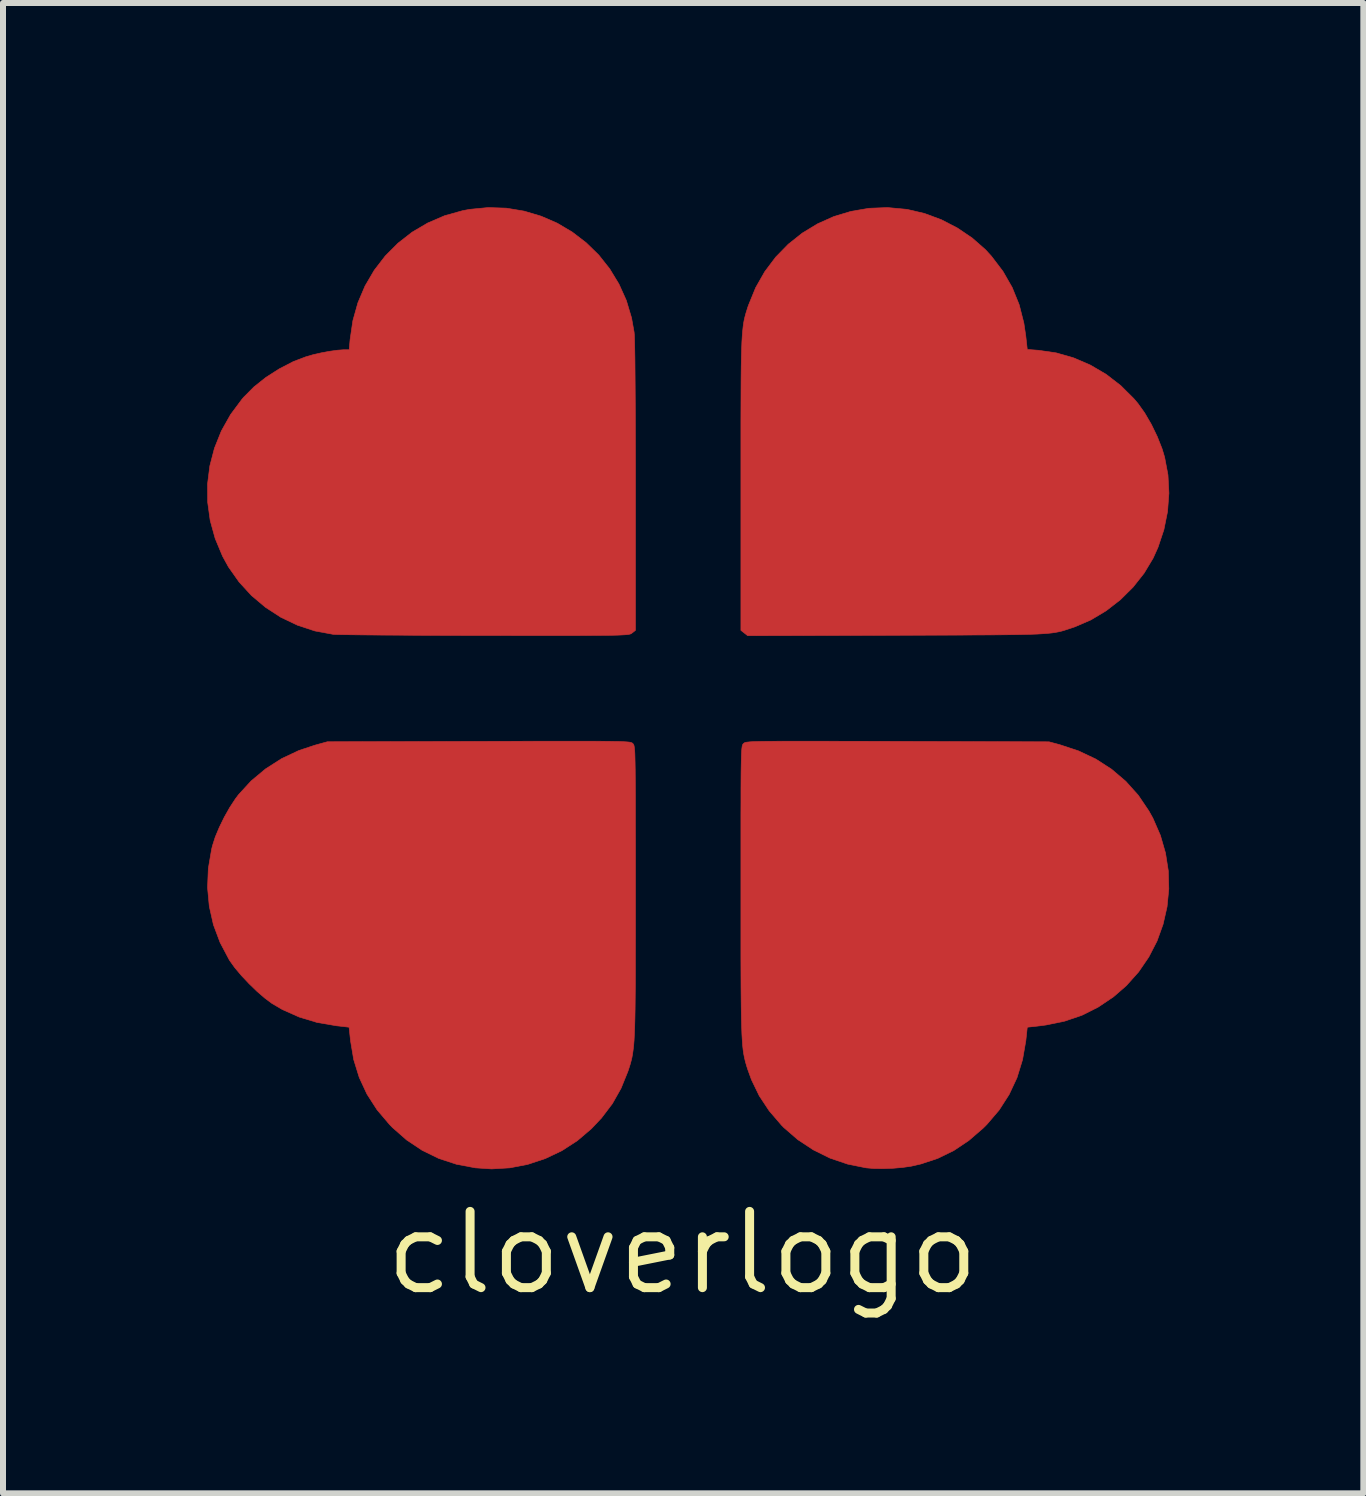
<source format=kicad_pcb>
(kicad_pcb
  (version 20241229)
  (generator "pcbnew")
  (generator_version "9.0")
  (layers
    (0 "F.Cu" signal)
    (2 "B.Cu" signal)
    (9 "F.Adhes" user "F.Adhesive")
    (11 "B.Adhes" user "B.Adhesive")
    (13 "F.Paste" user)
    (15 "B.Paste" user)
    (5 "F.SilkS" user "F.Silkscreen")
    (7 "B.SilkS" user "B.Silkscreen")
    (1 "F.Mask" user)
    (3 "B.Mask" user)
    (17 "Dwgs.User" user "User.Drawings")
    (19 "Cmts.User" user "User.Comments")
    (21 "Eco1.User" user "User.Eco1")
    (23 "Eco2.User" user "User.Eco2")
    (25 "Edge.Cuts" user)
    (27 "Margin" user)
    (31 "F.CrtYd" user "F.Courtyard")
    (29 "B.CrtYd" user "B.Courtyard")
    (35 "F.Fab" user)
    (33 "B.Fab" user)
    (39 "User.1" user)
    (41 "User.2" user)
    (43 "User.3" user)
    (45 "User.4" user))
  (footprint "cloverlogo"
    (layer "F.Cu")
    (at 8.32 8.323)
    (property "Reference" "cloverlogo" (at 0 9.5 0) (layer "F.SilkS") (effects (font (size 1.27 1.27) (thickness 0.15))))
    (attr through_hole)
    (fp_poly (pts (xy 3.73 -7.886) (xy 3.745 -7.884) (xy 4.032 -7.817) (xy 4.313 -7.713) (xy 4.58 -7.575) (xy 4.827 -7.408) (xy 5.048 -7.214) (xy 5.147 -7.106) (xy 5.34 -6.852) (xy 5.494 -6.583) (xy 5.61 -6.297) (xy 5.688 -5.992) (xy 5.72 -5.776) (xy 5.745 -5.551) (xy 5.931 -5.537) (xy 6.227 -5.494) (xy 6.517 -5.411) (xy 6.796 -5.291) (xy 7.06 -5.136) (xy 7.302 -4.949) (xy 7.52 -4.732) (xy 7.588 -4.652) (xy 7.702 -4.492) (xy 7.812 -4.303) (xy 7.91 -4.101) (xy 7.99 -3.899) (xy 8.033 -3.757) (xy 8.089 -3.461) (xy 8.105 -3.157) (xy 8.082 -2.85) (xy 8.021 -2.547) (xy 7.923 -2.254) (xy 7.842 -2.074) (xy 7.692 -1.824) (xy 7.508 -1.591) (xy 7.296 -1.381) (xy 7.059 -1.197) (xy 6.805 -1.045) (xy 6.539 -0.93) (xy 6.51 -0.92) (xy 6.456 -0.902) (xy 6.407 -0.886) (xy 6.361 -0.871) (xy 6.316 -0.858) (xy 6.268 -0.847) (xy 6.216 -0.837) (xy 6.157 -0.828) (xy 6.088 -0.821) (xy 6.007 -0.815) (xy 5.911 -0.809) (xy 5.799 -0.805) (xy 5.667 -0.802) (xy 5.512 -0.799) (xy 5.333 -0.797) (xy 5.128 -0.795) (xy 4.892 -0.794) (xy 4.624 -0.792) (xy 4.322 -0.791) (xy 3.983 -0.79) (xy 3.604 -0.789) (xy 3.565 -0.789) (xy 1.087 -0.782) (xy 0.974 -0.871) (xy 0.974 -3.288) (xy 0.974 -3.675) (xy 0.974 -4.022) (xy 0.974 -4.332) (xy 0.975 -4.607) (xy 0.976 -4.85) (xy 0.977 -5.063) (xy 0.979 -5.249) (xy 0.982 -5.41) (xy 0.986 -5.549) (xy 0.99 -5.668) (xy 0.996 -5.769) (xy 1.003 -5.856) (xy 1.011 -5.931) (xy 1.02 -5.996) (xy 1.031 -6.054) (xy 1.044 -6.106) (xy 1.058 -6.157) (xy 1.074 -6.208) (xy 1.091 -6.262) (xy 1.101 -6.29) (xy 1.22 -6.581) (xy 1.372 -6.848) (xy 1.554 -7.09) (xy 1.763 -7.304) (xy 1.997 -7.49) (xy 2.251 -7.644) (xy 2.523 -7.766) (xy 2.81 -7.852) (xy 3.109 -7.903) (xy 3.417 -7.915) (xy 3.73 -7.886)) (stroke (width 0.01) (type solid)) (fill yes) (layer "F.Cu"))
    (fp_poly (pts (xy -2.934 -7.905) (xy -2.639 -7.856) (xy -2.356 -7.772) (xy -2.086 -7.655) (xy -1.835 -7.506) (xy -1.603 -7.328) (xy -1.394 -7.124) (xy -1.212 -6.894) (xy -1.058 -6.641) (xy -0.935 -6.368) (xy -0.848 -6.077) (xy -0.805 -5.837) (xy -0.801 -5.786) (xy -0.798 -5.693) (xy -0.795 -5.561) (xy -0.792 -5.39) (xy -0.79 -5.181) (xy -0.788 -4.936) (xy -0.786 -4.656) (xy -0.785 -4.342) (xy -0.784 -3.995) (xy -0.783 -3.617) (xy -0.783 -3.267) (xy -0.783 -0.871) (xy -0.839 -0.827) (xy -0.848 -0.82) (xy -0.858 -0.814) (xy -0.872 -0.809) (xy -0.893 -0.804) (xy -0.921 -0.8) (xy -0.961 -0.797) (xy -1.014 -0.794) (xy -1.082 -0.791) (xy -1.168 -0.789) (xy -1.274 -0.788) (xy -1.403 -0.787) (xy -1.557 -0.786) (xy -1.738 -0.785) (xy -1.948 -0.785) (xy -2.191 -0.785) (xy -2.468 -0.785) (xy -2.782 -0.785) (xy -3.134 -0.786) (xy -3.289 -0.786) (xy -3.607 -0.786) (xy -3.915 -0.787) (xy -4.21 -0.788) (xy -4.489 -0.789) (xy -4.75 -0.791) (xy -4.989 -0.792) (xy -5.204 -0.794) (xy -5.392 -0.796) (xy -5.55 -0.798) (xy -5.675 -0.8) (xy -5.764 -0.802) (xy -5.814 -0.804) (xy -5.821 -0.805) (xy -6.124 -0.861) (xy -6.415 -0.957) (xy -6.69 -1.088) (xy -6.946 -1.254) (xy -7.18 -1.451) (xy -7.387 -1.677) (xy -7.564 -1.928) (xy -7.662 -2.106) (xy -7.785 -2.401) (xy -7.868 -2.701) (xy -7.91 -3.006) (xy -7.912 -3.31) (xy -7.874 -3.611) (xy -7.797 -3.906) (xy -7.682 -4.193) (xy -7.528 -4.467) (xy -7.336 -4.725) (xy -7.308 -4.757) (xy -7.139 -4.927) (xy -6.938 -5.087) (xy -6.715 -5.229) (xy -6.483 -5.349) (xy -6.276 -5.428) (xy -6.156 -5.463) (xy -6.02 -5.494) (xy -5.88 -5.52) (xy -5.751 -5.538) (xy -5.647 -5.546) (xy -5.639 -5.546) (xy -5.552 -5.546) (xy -5.537 -5.717) (xy -5.491 -6.03) (xy -5.407 -6.329) (xy -5.288 -6.609) (xy -5.135 -6.87) (xy -4.952 -7.108) (xy -4.741 -7.32) (xy -4.504 -7.505) (xy -4.244 -7.658) (xy -3.963 -7.779) (xy -3.663 -7.863) (xy -3.546 -7.885) (xy -3.237 -7.915) (xy -2.934 -7.905)) (stroke (width 0.01) (type solid)) (fill yes) (layer "F.Cu"))
    (fp_poly (pts (xy 2.339 0.976) (xy 2.611 0.977) (xy 2.919 0.977) (xy 3.266 0.978) (xy 3.583 0.979) (xy 6.107 0.986) (xy 6.283 1.033) (xy 6.598 1.137) (xy 6.888 1.274) (xy 7.151 1.444) (xy 7.387 1.645) (xy 7.594 1.876) (xy 7.771 2.138) (xy 7.838 2.258) (xy 7.963 2.545) (xy 8.048 2.839) (xy 8.095 3.138) (xy 8.103 3.438) (xy 8.074 3.734) (xy 8.008 4.025) (xy 7.907 4.305) (xy 7.77 4.571) (xy 7.6 4.82) (xy 7.396 5.048) (xy 7.181 5.235) (xy 6.925 5.407) (xy 6.656 5.542) (xy 6.368 5.64) (xy 6.058 5.704) (xy 5.962 5.717) (xy 5.745 5.741) (xy 5.721 5.966) (xy 5.666 6.283) (xy 5.574 6.582) (xy 5.443 6.862) (xy 5.276 7.122) (xy 5.071 7.362) (xy 5.013 7.42) (xy 4.772 7.628) (xy 4.521 7.796) (xy 4.255 7.926) (xy 3.971 8.02) (xy 3.81 8.057) (xy 3.67 8.077) (xy 3.509 8.091) (xy 3.343 8.097) (xy 3.187 8.095) (xy 3.059 8.084) (xy 2.753 8.022) (xy 2.458 7.922) (xy 2.179 7.784) (xy 1.92 7.613) (xy 1.687 7.411) (xy 1.651 7.374) (xy 1.445 7.134) (xy 1.279 6.883) (xy 1.15 6.616) (xy 1.088 6.445) (xy 1.071 6.392) (xy 1.056 6.341) (xy 1.043 6.291) (xy 1.031 6.239) (xy 1.02 6.182) (xy 1.011 6.119) (xy 1.003 6.046) (xy 0.997 5.961) (xy 0.991 5.862) (xy 0.987 5.746) (xy 0.983 5.61) (xy 0.98 5.453) (xy 0.978 5.271) (xy 0.976 5.062) (xy 0.975 4.824) (xy 0.974 4.553) (xy 0.974 4.249) (xy 0.974 3.907) (xy 0.974 3.526) (xy 0.974 3.466) (xy 0.974 3.096) (xy 0.974 2.766) (xy 0.974 2.473) (xy 0.974 2.216) (xy 0.975 1.991) (xy 0.975 1.798) (xy 0.976 1.633) (xy 0.977 1.493) (xy 0.979 1.378) (xy 0.981 1.283) (xy 0.983 1.208) (xy 0.986 1.15) (xy 0.989 1.105) (xy 0.993 1.073) (xy 0.997 1.051) (xy 1.002 1.035) (xy 1.008 1.025) (xy 1.014 1.018) (xy 1.017 1.015) (xy 1.024 1.009) (xy 1.032 1.003) (xy 1.045 0.998) (xy 1.064 0.993) (xy 1.091 0.99) (xy 1.13 0.986) (xy 1.181 0.983) (xy 1.248 0.981) (xy 1.333 0.979) (xy 1.438 0.978) (xy 1.564 0.977) (xy 1.716 0.976) (xy 1.894 0.976) (xy 2.101 0.976) (xy 2.339 0.976)) (stroke (width 0.01) (type solid)) (fill yes) (layer "F.Cu"))
    (fp_poly (pts (xy -1.671 0.976) (xy -1.497 0.976) (xy -1.35 0.977) (xy -1.228 0.978) (xy -1.127 0.98) (xy -1.045 0.981) (xy -0.981 0.984) (xy -0.932 0.987) (xy -0.896 0.99) (xy -0.87 0.994) (xy -0.852 0.999) (xy -0.84 1.004) (xy -0.832 1.01) (xy -0.826 1.015) (xy -0.82 1.022) (xy -0.814 1.031) (xy -0.808 1.045) (xy -0.804 1.064) (xy -0.8 1.093) (xy -0.796 1.133) (xy -0.793 1.186) (xy -0.791 1.255) (xy -0.789 1.342) (xy -0.787 1.45) (xy -0.786 1.581) (xy -0.785 1.737) (xy -0.784 1.92) (xy -0.784 2.134) (xy -0.784 2.379) (xy -0.783 2.659) (xy -0.783 2.976) (xy -0.783 3.332) (xy -0.783 3.466) (xy -0.783 3.854) (xy -0.783 4.203) (xy -0.784 4.514) (xy -0.784 4.79) (xy -0.785 5.034) (xy -0.787 5.248) (xy -0.789 5.435) (xy -0.792 5.597) (xy -0.796 5.737) (xy -0.801 5.857) (xy -0.806 5.96) (xy -0.813 6.048) (xy -0.822 6.123) (xy -0.831 6.189) (xy -0.842 6.248) (xy -0.855 6.302) (xy -0.869 6.354) (xy -0.885 6.405) (xy -0.903 6.46) (xy -0.911 6.483) (xy -1.023 6.759) (xy -1.167 7.014) (xy -1.348 7.253) (xy -1.517 7.432) (xy -1.752 7.632) (xy -2.01 7.799) (xy -2.286 7.93) (xy -2.576 8.026) (xy -2.875 8.084) (xy -3.178 8.102) (xy -3.45 8.084) (xy -3.766 8.024) (xy -4.061 7.927) (xy -4.337 7.792) (xy -4.595 7.62) (xy -4.835 7.409) (xy -4.881 7.361) (xy -5.088 7.117) (xy -5.256 6.856) (xy -5.385 6.578) (xy -5.477 6.281) (xy -5.53 5.966) (xy -5.554 5.741) (xy -5.764 5.717) (xy -6.086 5.662) (xy -6.387 5.571) (xy -6.667 5.446) (xy -6.839 5.345) (xy -6.957 5.257) (xy -7.088 5.144) (xy -7.221 5.015) (xy -7.348 4.88) (xy -7.459 4.748) (xy -7.545 4.628) (xy -7.552 4.616) (xy -7.703 4.33) (xy -7.814 4.034) (xy -7.883 3.728) (xy -7.912 3.415) (xy -7.899 3.096) (xy -7.844 2.774) (xy -7.83 2.717) (xy -7.784 2.573) (xy -7.716 2.411) (xy -7.633 2.241) (xy -7.541 2.078) (xy -7.446 1.933) (xy -7.396 1.867) (xy -7.185 1.637) (xy -6.945 1.437) (xy -6.679 1.267) (xy -6.391 1.131) (xy -6.123 1.042) (xy -5.916 0.985) (xy -3.393 0.979) (xy -3.013 0.978) (xy -2.674 0.977) (xy -2.372 0.976) (xy -2.106 0.976) (xy -1.873 0.976) (xy -1.671 0.976)) (stroke (width 0.01) (type solid)) (fill yes) (layer "F.Cu"))
    (fp_poly (pts (xy 5.974 0.575) (xy 6.195 0.614) (xy 6.416 0.671) (xy 6.625 0.744) (xy 6.635 0.748) (xy 6.932 0.892) (xy 7.209 1.071) (xy 7.463 1.281) (xy 7.69 1.519) (xy 7.889 1.782) (xy 8.056 2.067) (xy 8.189 2.369) (xy 8.284 2.686) (xy 8.309 2.805) (xy 8.328 2.954) (xy 8.338 3.131) (xy 8.338 3.323) (xy 8.329 3.518) (xy 8.312 3.703) (xy 8.286 3.866) (xy 8.27 3.937) (xy 8.167 4.248) (xy 8.027 4.542) (xy 7.853 4.817) (xy 7.648 5.069) (xy 7.415 5.296) (xy 7.157 5.496) (xy 6.877 5.665) (xy 6.578 5.8) (xy 6.263 5.899) (xy 6.149 5.924) (xy 5.96 5.963) (xy 5.935 6.119) (xy 5.867 6.42) (xy 5.76 6.71) (xy 5.618 6.985) (xy 5.442 7.244) (xy 5.237 7.483) (xy 5.005 7.699) (xy 4.749 7.889) (xy 4.472 8.05) (xy 4.177 8.18) (xy 3.866 8.275) (xy 3.769 8.297) (xy 3.605 8.321) (xy 3.416 8.335) (xy 3.217 8.338) (xy 3.023 8.329) (xy 2.85 8.31) (xy 2.826 8.306) (xy 2.624 8.264) (xy 2.447 8.215) (xy 2.279 8.153) (xy 2.1 8.073) (xy 2.085 8.065) (xy 1.973 8.007) (xy 1.859 7.942) (xy 1.757 7.879) (xy 1.684 7.828) (xy 1.433 7.612) (xy 1.208 7.366) (xy 1.012 7.095) (xy 0.847 6.805) (xy 0.719 6.5) (xy 0.633 6.203) (xy 0.615 6.105) (xy 0.599 5.975) (xy 0.584 5.824) (xy 0.572 5.662) (xy 0.563 5.499) (xy 0.558 5.345) (xy 0.557 5.211) (xy 0.561 5.106) (xy 0.562 5.091) (xy 0.565 5.046) (xy 0.567 4.963) (xy 0.568 4.845) (xy 0.57 4.695) (xy 0.571 4.516) (xy 0.572 4.314) (xy 0.573 4.09) (xy 0.573 3.849) (xy 0.573 3.595) (xy 0.573 3.33) (xy 0.573 3.265) (xy 0.572 2.991) (xy 0.572 2.721) (xy 0.572 2.46) (xy 0.573 2.211) (xy 0.574 1.979) (xy 0.575 1.768) (xy 0.577 1.582) (xy 0.579 1.425) (xy 0.581 1.302) (xy 0.583 1.217) (xy 0.583 1.212) (xy 0.598 0.836) (xy 0.698 0.738) (xy 0.781 0.668) (xy 0.867 0.618) (xy 0.966 0.586) (xy 1.087 0.568) (xy 1.239 0.563) (xy 1.27 0.563) (xy 1.48 0.564) (xy 1.711 0.565) (xy 1.959 0.566) (xy 2.222 0.566) (xy 2.494 0.567) (xy 2.775 0.567) (xy 3.058 0.568) (xy 3.343 0.568) (xy 3.625 0.568) (xy 3.9 0.567) (xy 4.166 0.567) (xy 4.42 0.566) (xy 4.657 0.566) (xy 4.874 0.565) (xy 5.069 0.564) (xy 5.237 0.563) (xy 5.376 0.562) (xy 5.481 0.561) (xy 5.551 0.559) (xy 5.577 0.558) (xy 5.764 0.556) (xy 5.974 0.575)) (stroke (width 0.01) (type solid)) (fill yes) (layer "F.Mask"))
    (fp_poly (pts (xy -5.095 0.558) (xy -5.038 0.562) (xy -4.985 0.564) (xy -4.893 0.566) (xy -4.767 0.568) (xy -4.609 0.569) (xy -4.424 0.571) (xy -4.214 0.572) (xy -3.985 0.573) (xy -3.739 0.573) (xy -3.48 0.573) (xy -3.212 0.573) (xy -3.14 0.573) (xy -2.866 0.572) (xy -2.599 0.572) (xy -2.341 0.572) (xy -2.096 0.573) (xy -1.87 0.574) (xy -1.665 0.576) (xy -1.485 0.577) (xy -1.336 0.579) (xy -1.219 0.581) (xy -1.141 0.584) (xy -1.13 0.584) (xy -0.818 0.599) (xy -0.736 0.674) (xy -0.664 0.748) (xy -0.61 0.831) (xy -0.571 0.927) (xy -0.547 1.043) (xy -0.535 1.184) (xy -0.535 1.358) (xy -0.539 1.469) (xy -0.541 1.543) (xy -0.543 1.655) (xy -0.545 1.801) (xy -0.546 1.979) (xy -0.547 2.183) (xy -0.548 2.411) (xy -0.548 2.658) (xy -0.548 2.92) (xy -0.548 3.194) (xy -0.547 3.476) (xy -0.547 3.651) (xy -0.545 4.011) (xy -0.544 4.331) (xy -0.543 4.614) (xy -0.542 4.862) (xy -0.542 5.077) (xy -0.542 5.263) (xy -0.542 5.422) (xy -0.542 5.556) (xy -0.543 5.668) (xy -0.544 5.76) (xy -0.545 5.836) (xy -0.547 5.896) (xy -0.549 5.945) (xy -0.552 5.984) (xy -0.555 6.016) (xy -0.559 6.044) (xy -0.563 6.07) (xy -0.568 6.096) (xy -0.57 6.107) (xy -0.651 6.426) (xy -0.771 6.732) (xy -0.927 7.022) (xy -1.119 7.293) (xy -1.343 7.542) (xy -1.597 7.767) (xy -1.88 7.963) (xy -1.937 7.997) (xy -2.162 8.111) (xy -2.419 8.21) (xy -2.623 8.27) (xy -2.763 8.298) (xy -2.932 8.319) (xy -3.119 8.331) (xy -3.311 8.335) (xy -3.495 8.33) (xy -3.66 8.315) (xy -3.709 8.308) (xy -4.012 8.238) (xy -4.305 8.128) (xy -4.586 7.982) (xy -4.851 7.803) (xy -5.096 7.592) (xy -5.318 7.353) (xy -5.513 7.089) (xy -5.677 6.803) (xy -5.703 6.75) (xy -5.77 6.594) (xy -5.83 6.429) (xy -5.878 6.266) (xy -5.91 6.121) (xy -5.919 6.064) (xy -5.932 5.953) (xy -6.058 5.938) (xy -6.21 5.912) (xy -6.383 5.865) (xy -6.563 5.804) (xy -6.735 5.731) (xy -6.743 5.727) (xy -7.027 5.57) (xy -7.291 5.379) (xy -7.532 5.158) (xy -7.746 4.911) (xy -7.932 4.642) (xy -8.085 4.356) (xy -8.202 4.055) (xy -8.281 3.744) (xy -8.286 3.717) (xy -8.315 3.446) (xy -8.315 3.159) (xy -8.286 2.866) (xy -8.23 2.579) (xy -8.149 2.308) (xy -8.072 2.122) (xy -7.915 1.839) (xy -7.723 1.578) (xy -7.5 1.34) (xy -7.247 1.129) (xy -6.97 0.947) (xy -6.67 0.795) (xy -6.351 0.678) (xy -6.223 0.642) (xy -6.107 0.618) (xy -5.96 0.598) (xy -5.79 0.58) (xy -5.608 0.567) (xy -5.425 0.558) (xy -5.251 0.555) (xy -5.095 0.558)) (stroke (width 0.01) (type solid)) (fill yes) (layer "F.Mask"))
    (fp_poly (pts (xy -2.897 -8.298) (xy -2.587 -8.238) (xy -2.288 -8.141) (xy -2.002 -8.009) (xy -1.733 -7.845) (xy -1.483 -7.652) (xy -1.255 -7.432) (xy -1.053 -7.187) (xy -0.879 -6.921) (xy -0.737 -6.635) (xy -0.629 -6.332) (xy -0.57 -6.085) (xy -0.565 -6.058) (xy -0.561 -6.033) (xy -0.557 -6.006) (xy -0.553 -5.976) (xy -0.55 -5.941) (xy -0.548 -5.896) (xy -0.546 -5.841) (xy -0.544 -5.773) (xy -0.543 -5.688) (xy -0.542 -5.585) (xy -0.542 -5.46) (xy -0.542 -5.313) (xy -0.542 -5.139) (xy -0.542 -4.936) (xy -0.543 -4.702) (xy -0.544 -4.435) (xy -0.545 -4.131) (xy -0.546 -3.789) (xy -0.547 -3.63) (xy -0.548 -3.344) (xy -0.548 -3.065) (xy -0.548 -2.795) (xy -0.548 -2.538) (xy -0.548 -2.299) (xy -0.547 -2.081) (xy -0.546 -1.888) (xy -0.544 -1.723) (xy -0.542 -1.59) (xy -0.54 -1.494) (xy -0.539 -1.45) (xy -0.534 -1.253) (xy -0.54 -1.091) (xy -0.559 -0.958) (xy -0.593 -0.849) (xy -0.643 -0.757) (xy -0.71 -0.677) (xy -0.736 -0.653) (xy -0.818 -0.578) (xy -1.133 -0.563) (xy -1.206 -0.56) (xy -1.316 -0.558) (xy -1.461 -0.556) (xy -1.636 -0.554) (xy -1.836 -0.553) (xy -2.059 -0.552) (xy -2.3 -0.551) (xy -2.554 -0.551) (xy -2.818 -0.551) (xy -3.088 -0.551) (xy -3.1 -0.551) (xy -3.371 -0.551) (xy -3.637 -0.551) (xy -3.893 -0.551) (xy -4.137 -0.551) (xy -4.363 -0.55) (xy -4.568 -0.549) (xy -4.747 -0.548) (xy -4.896 -0.547) (xy -5.012 -0.545) (xy -5.089 -0.544) (xy -5.091 -0.544) (xy -5.237 -0.541) (xy -5.398 -0.541) (xy -5.556 -0.543) (xy -5.693 -0.548) (xy -5.715 -0.55) (xy -5.837 -0.559) (xy -5.959 -0.572) (xy -6.068 -0.586) (xy -6.148 -0.601) (xy -6.149 -0.601) (xy -6.486 -0.7) (xy -6.801 -0.833) (xy -7.093 -0.997) (xy -7.358 -1.191) (xy -7.596 -1.413) (xy -7.803 -1.66) (xy -7.979 -1.931) (xy -8.121 -2.224) (xy -8.226 -2.537) (xy -8.248 -2.622) (xy -8.281 -2.8) (xy -8.304 -2.998) (xy -8.315 -3.204) (xy -8.315 -3.404) (xy -8.303 -3.586) (xy -8.288 -3.694) (xy -8.207 -4.014) (xy -8.087 -4.327) (xy -7.929 -4.627) (xy -7.797 -4.829) (xy -7.694 -4.958) (xy -7.567 -5.097) (xy -7.426 -5.236) (xy -7.282 -5.365) (xy -7.146 -5.472) (xy -7.103 -5.502) (xy -6.906 -5.622) (xy -6.694 -5.727) (xy -6.476 -5.814) (xy -6.265 -5.879) (xy -6.07 -5.916) (xy -6.058 -5.917) (xy -5.932 -5.932) (xy -5.919 -6.043) (xy -5.885 -6.22) (xy -5.826 -6.418) (xy -5.746 -6.625) (xy -5.648 -6.833) (xy -5.537 -7.032) (xy -5.44 -7.18) (xy -5.331 -7.318) (xy -5.198 -7.465) (xy -5.052 -7.61) (xy -4.903 -7.743) (xy -4.762 -7.852) (xy -4.733 -7.873) (xy -4.46 -8.035) (xy -4.179 -8.159) (xy -3.885 -8.247) (xy -3.572 -8.3) (xy -3.237 -8.318) (xy -3.215 -8.318) (xy -2.897 -8.298)) (stroke (width 0.01) (type solid)) (fill yes) (layer "F.Mask"))
    (fp_poly (pts (xy 3.667 -8.294) (xy 3.769 -8.276) (xy 4.088 -8.19) (xy 4.394 -8.068) (xy 4.682 -7.911) (xy 4.95 -7.724) (xy 5.193 -7.508) (xy 5.41 -7.266) (xy 5.595 -7.002) (xy 5.746 -6.719) (xy 5.797 -6.597) (xy 5.844 -6.466) (xy 5.885 -6.331) (xy 5.918 -6.201) (xy 5.94 -6.087) (xy 5.948 -6.002) (xy 5.948 -6.001) (xy 5.957 -5.958) (xy 5.974 -5.939) (xy 6.005 -5.932) (xy 6.067 -5.918) (xy 6.15 -5.9) (xy 6.207 -5.888) (xy 6.519 -5.8) (xy 6.818 -5.674) (xy 7.099 -5.514) (xy 7.36 -5.321) (xy 7.598 -5.1) (xy 7.809 -4.854) (xy 7.99 -4.585) (xy 8.138 -4.296) (xy 8.249 -3.991) (xy 8.27 -3.916) (xy 8.291 -3.827) (xy 8.307 -3.741) (xy 8.318 -3.647) (xy 8.326 -3.534) (xy 8.332 -3.392) (xy 8.334 -3.344) (xy 8.336 -3.143) (xy 8.331 -2.971) (xy 8.315 -2.818) (xy 8.287 -2.671) (xy 8.247 -2.518) (xy 8.212 -2.409) (xy 8.091 -2.11) (xy 7.933 -1.828) (xy 7.743 -1.563) (xy 7.523 -1.322) (xy 7.278 -1.107) (xy 7.012 -0.921) (xy 6.728 -0.77) (xy 6.441 -0.659) (xy 6.381 -0.641) (xy 6.326 -0.624) (xy 6.274 -0.61) (xy 6.221 -0.597) (xy 6.164 -0.586) (xy 6.1 -0.577) (xy 6.027 -0.57) (xy 5.942 -0.563) (xy 5.842 -0.559) (xy 5.724 -0.555) (xy 5.584 -0.553) (xy 5.421 -0.551) (xy 5.231 -0.55) (xy 5.012 -0.55) (xy 4.759 -0.55) (xy 4.472 -0.551) (xy 4.146 -0.552) (xy 4.011 -0.553) (xy 3.724 -0.554) (xy 3.446 -0.555) (xy 3.182 -0.556) (xy 2.933 -0.557) (xy 2.704 -0.557) (xy 2.497 -0.558) (xy 2.316 -0.559) (xy 2.165 -0.559) (xy 2.045 -0.559) (xy 1.962 -0.56) (xy 1.917 -0.56) (xy 1.916 -0.56) (xy 1.841 -0.559) (xy 1.736 -0.556) (xy 1.613 -0.552) (xy 1.482 -0.546) (xy 1.429 -0.544) (xy 1.29 -0.539) (xy 1.184 -0.537) (xy 1.104 -0.54) (xy 1.041 -0.547) (xy 0.986 -0.558) (xy 0.975 -0.561) (xy 0.835 -0.614) (xy 0.723 -0.687) (xy 0.661 -0.749) (xy 0.638 -0.776) (xy 0.622 -0.801) (xy 0.61 -0.832) (xy 0.602 -0.877) (xy 0.596 -0.941) (xy 0.591 -1.032) (xy 0.585 -1.156) (xy 0.584 -1.188) (xy 0.582 -1.261) (xy 0.58 -1.373) (xy 0.578 -1.52) (xy 0.576 -1.697) (xy 0.574 -1.9) (xy 0.572 -2.127) (xy 0.571 -2.372) (xy 0.569 -2.632) (xy 0.568 -2.903) (xy 0.567 -3.182) (xy 0.566 -3.463) (xy 0.566 -3.744) (xy 0.565 -4.02) (xy 0.565 -4.288) (xy 0.565 -4.543) (xy 0.565 -4.782) (xy 0.566 -5) (xy 0.567 -5.195) (xy 0.568 -5.361) (xy 0.569 -5.44) (xy 0.573 -5.612) (xy 0.581 -5.775) (xy 0.592 -5.917) (xy 0.606 -6.028) (xy 0.606 -6.032) (xy 0.682 -6.358) (xy 0.796 -6.672) (xy 0.947 -6.97) (xy 1.132 -7.25) (xy 1.349 -7.506) (xy 1.596 -7.736) (xy 1.806 -7.893) (xy 1.907 -7.955) (xy 2.035 -8.022) (xy 2.177 -8.089) (xy 2.317 -8.148) (xy 2.443 -8.194) (xy 2.498 -8.211) (xy 2.797 -8.276) (xy 3.098 -8.312) (xy 3.391 -8.318) (xy 3.667 -8.294)) (stroke (width 0.01) (type solid)) (fill yes) (layer "F.Mask")))
  (gr_rect
    (start -3 -3)
    (end 19.664 21.83)
    (stroke (width 0.1) (type default))
    (fill no)
    (layer "Edge.Cuts")))
</source>
